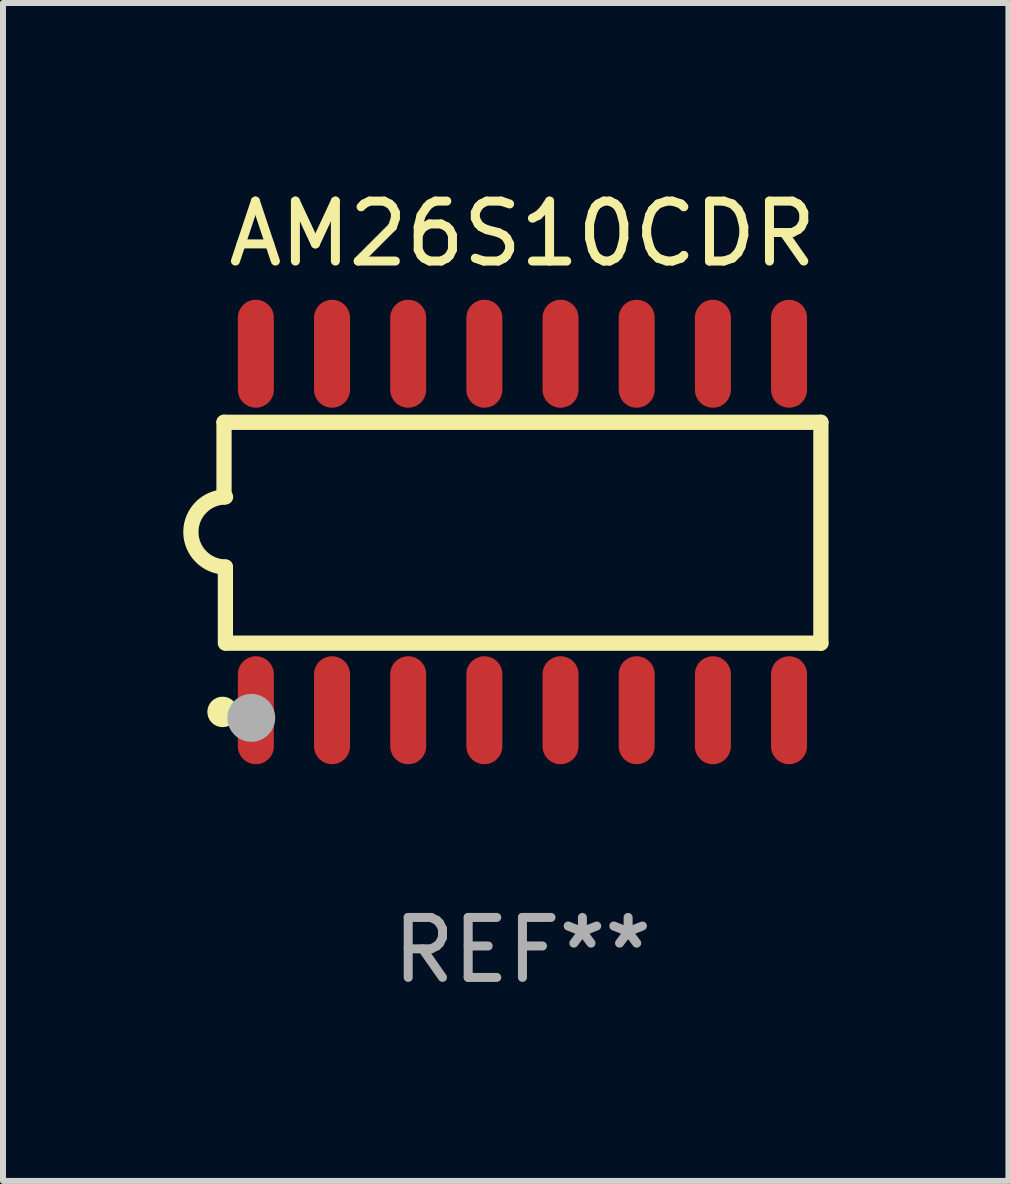
<source format=kicad_pcb>
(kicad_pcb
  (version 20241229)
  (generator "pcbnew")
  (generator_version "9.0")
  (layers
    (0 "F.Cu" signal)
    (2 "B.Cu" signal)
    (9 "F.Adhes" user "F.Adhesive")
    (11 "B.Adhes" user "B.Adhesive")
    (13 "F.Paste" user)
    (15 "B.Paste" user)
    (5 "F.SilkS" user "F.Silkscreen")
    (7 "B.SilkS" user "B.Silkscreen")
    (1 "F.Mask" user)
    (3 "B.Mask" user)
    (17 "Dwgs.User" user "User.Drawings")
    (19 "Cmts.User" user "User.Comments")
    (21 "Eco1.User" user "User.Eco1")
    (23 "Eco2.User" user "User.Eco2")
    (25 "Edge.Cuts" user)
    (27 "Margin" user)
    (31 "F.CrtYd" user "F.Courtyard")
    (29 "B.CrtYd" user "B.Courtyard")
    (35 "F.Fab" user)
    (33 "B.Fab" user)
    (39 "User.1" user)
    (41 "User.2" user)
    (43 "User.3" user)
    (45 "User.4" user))
  (footprint "AM26S10CDR"
    (layer "F.Cu")
    (at 5.661 5.82)
    (property "Reference" "AM26S10CDR" (at 0 -4.972 0) (layer "F.SilkS") (effects (font (size 1 1) (thickness 0.15))))
    (attr through_hole)
    (fp_line (start -4.976 -1.829) (end -4.976 -0.584) (stroke (width 0.254) (type solid)) (layer "F.SilkS"))
    (fp_line (start -4.953 0.584) (end -4.953 1.854) (stroke (width 0.254) (type solid)) (layer "F.SilkS"))
    (fp_line (start -4.928 1.854) (end 4.976 1.854) (stroke (width 0.254) (type solid)) (layer "F.SilkS"))
    (fp_line (start 4.976 -1.829) (end -4.976 -1.829) (stroke (width 0.254) (type solid)) (layer "F.SilkS"))
    (fp_line (start 4.976 1.854) (end 4.976 -1.829) (stroke (width 0.254) (type solid)) (layer "F.SilkS"))
    (fp_arc (start -4.95301 0.584201) (mid -5.533866 -0.00152) (end -4.950088 -0.584329) (stroke (width 0.254001) (type solid)) (layer "F.SilkS"))
    (fp_circle (center -5 3) (end -4.873 3) (stroke (width 0.254) (type solid)) (fill no) (layer "F.SilkS"))
    (fp_circle (center -4.521 3.099) (end -4.321 3.099) (stroke (width 0.4) (type solid)) (fill no) (layer "F.Fab"))
    (fp_text user "REF**" (at 0 6.972 0) (layer "F.Fab") (effects (font (size 1 1) (thickness 0.15))))
    (pad "1" smd oval (at -4.445 2.972 180) (size 0.6 1.8) (layers "F.Cu" "F.Mask" "F.Paste"))
    (pad "2" smd oval (at -3.175 2.972 180) (size 0.6 1.8) (layers "F.Cu" "F.Mask" "F.Paste"))
    (pad "3" smd oval (at -1.905 2.972 180) (size 0.6 1.8) (layers "F.Cu" "F.Mask" "F.Paste"))
    (pad "4" smd oval (at -0.635 2.972 180) (size 0.6 1.8) (layers "F.Cu" "F.Mask" "F.Paste"))
    (pad "5" smd oval (at 0.635 2.972 180) (size 0.6 1.8) (layers "F.Cu" "F.Mask" "F.Paste"))
    (pad "6" smd oval (at 1.905 2.972 180) (size 0.6 1.8) (layers "F.Cu" "F.Mask" "F.Paste"))
    (pad "7" smd oval (at 3.175 2.972 180) (size 0.6 1.8) (layers "F.Cu" "F.Mask" "F.Paste"))
    (pad "8" smd oval (at 4.445 2.972 180) (size 0.6 1.8) (layers "F.Cu" "F.Mask" "F.Paste"))
    (pad "9" smd oval (at 4.445 -2.972 180) (size 0.6 1.8) (layers "F.Cu" "F.Mask" "F.Paste"))
    (pad "10" smd oval (at 3.175 -2.972 180) (size 0.6 1.8) (layers "F.Cu" "F.Mask" "F.Paste"))
    (pad "11" smd oval (at 1.905 -2.972 180) (size 0.6 1.8) (layers "F.Cu" "F.Mask" "F.Paste"))
    (pad "12" smd oval (at 0.635 -2.972 180) (size 0.6 1.8) (layers "F.Cu" "F.Mask" "F.Paste"))
    (pad "13" smd oval (at -0.635 -2.972 180) (size 0.6 1.8) (layers "F.Cu" "F.Mask" "F.Paste"))
    (pad "14" smd oval (at -1.905 -2.972 180) (size 0.6 1.8) (layers "F.Cu" "F.Mask" "F.Paste"))
    (pad "15" smd oval (at -3.175 -2.972 180) (size 0.6 1.8) (layers "F.Cu" "F.Mask" "F.Paste"))
    (pad "16" smd oval (at -4.445 -2.972 180) (size 0.6 1.8) (layers "F.Cu" "F.Mask" "F.Paste")))
  (gr_rect
    (start -3 -3)
    (end 13.764 16.64)
    (stroke (width 0.1) (type default))
    (fill no)
    (layer "Edge.Cuts")))
</source>
